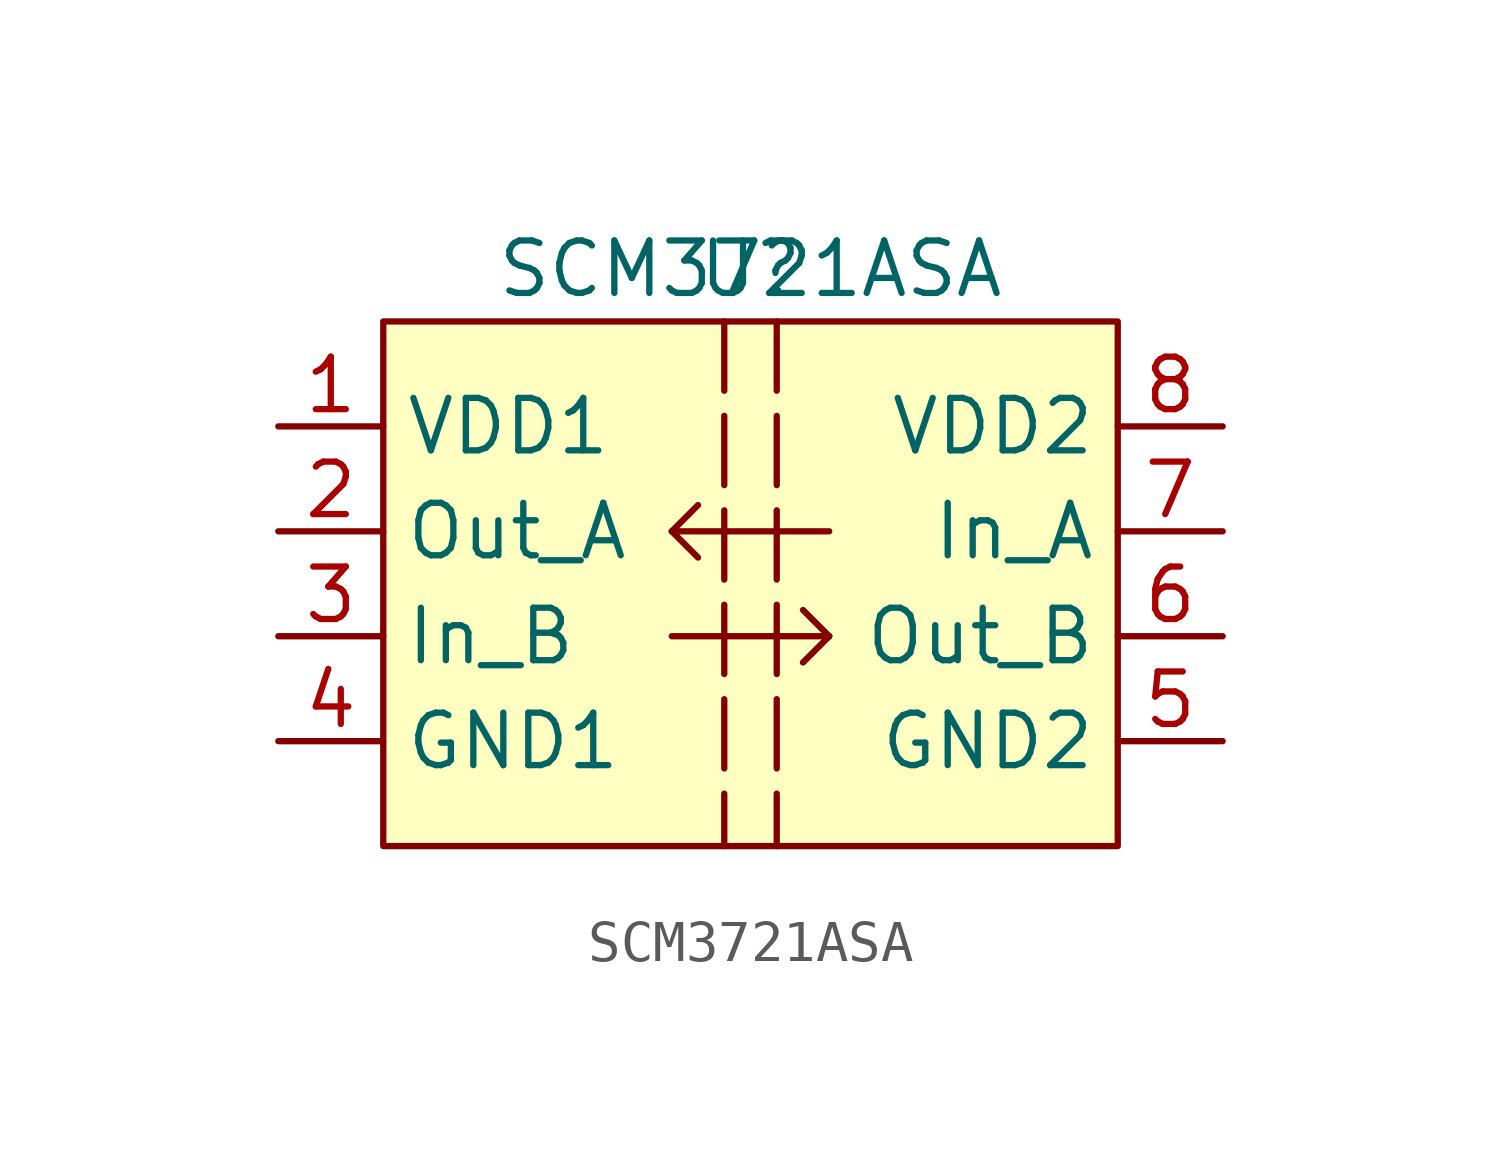
<source format=kicad_sym>
(kicad_symbol_lib
  (version 20220914)
  (generator kicad_symbol_editor)
  (symbol "SCM3721ASA"
    (property "Reference" "U"
      (at 0 0 0)
      (effects (font (size 1.27 1.27))))
    (property "Value" "SCM3721ASA"
      (at 0 0 0)
      (effects (font (size 1.27 1.27))))
    (symbol "SCM3721ASA_1_1"
      (rectangle (start -8.89 -1.27) (end 8.89 -13.97) (stroke (width 0) (type default)) (fill (type background)))
      (polyline (pts (xy -1.905 -8.89) (xy 1.905 -8.89)) (stroke (width 0) (type solid)) (fill (type none)))
      (polyline (pts (xy -1.905 -6.35) (xy -1.27 -6.985)) (stroke (width 0) (type default)) (fill (type none)))
      (polyline (pts (xy -1.905 -6.35) (xy -1.27 -5.715)) (stroke (width 0) (type default)) (fill (type none)))
      (polyline (pts (xy -0.635 -1.27) (xy -0.635 -13.97)) (stroke (width 0) (type dash)) (fill (type none)))
      (polyline (pts (xy 0.635 -1.27) (xy 0.635 -13.97)) (stroke (width 0) (type dash)) (fill (type none)))
      (polyline (pts (xy 1.905 -8.89) (xy 1.27 -9.525)) (stroke (width 0) (type default)) (fill (type none)))
      (polyline (pts (xy 1.905 -8.89) (xy 1.27 -8.255)) (stroke (width 0) (type default)) (fill (type none)))
      (polyline (pts (xy 1.905 -6.35) (xy -1.905 -6.35)) (stroke (width 0) (type solid)) (fill (type none)))
      (pin power_in line (at -11.43 -3.81 0) (length 2.54) (name "VDD1" (effects (font (size 1.27 1.27)))) (number "1" (effects (font (size 1.27 1.27)))))
      (pin output line (at -11.43 -6.35 0) (length 2.54) (name "Out_A" (effects (font (size 1.27 1.27)))) (number "2" (effects (font (size 1.27 1.27)))))
      (pin input line (at -11.43 -8.89 0) (length 2.54) (name "In_B" (effects (font (size 1.27 1.27)))) (number "3" (effects (font (size 1.27 1.27)))))
      (pin power_in line (at -11.43 -11.43 0) (length 2.54) (name "GND1" (effects (font (size 1.27 1.27)))) (number "4" (effects (font (size 1.27 1.27)))))
      (pin power_in line (at 11.43 -11.43 180) (length 2.54) (name "GND2" (effects (font (size 1.27 1.27)))) (number "5" (effects (font (size 1.27 1.27)))))
      (pin output line (at 11.43 -8.89 180) (length 2.54) (name "Out_B" (effects (font (size 1.27 1.27)))) (number "6" (effects (font (size 1.27 1.27)))))
      (pin input line (at 11.43 -6.35 180) (length 2.54) (name "In_A" (effects (font (size 1.27 1.27)))) (number "7" (effects (font (size 1.27 1.27)))))
      (pin power_in line (at 11.43 -3.81 180) (length 2.54) (name "VDD2" (effects (font (size 1.27 1.27)))) (number "8" (effects (font (size 1.27 1.27))))))))
</source>
